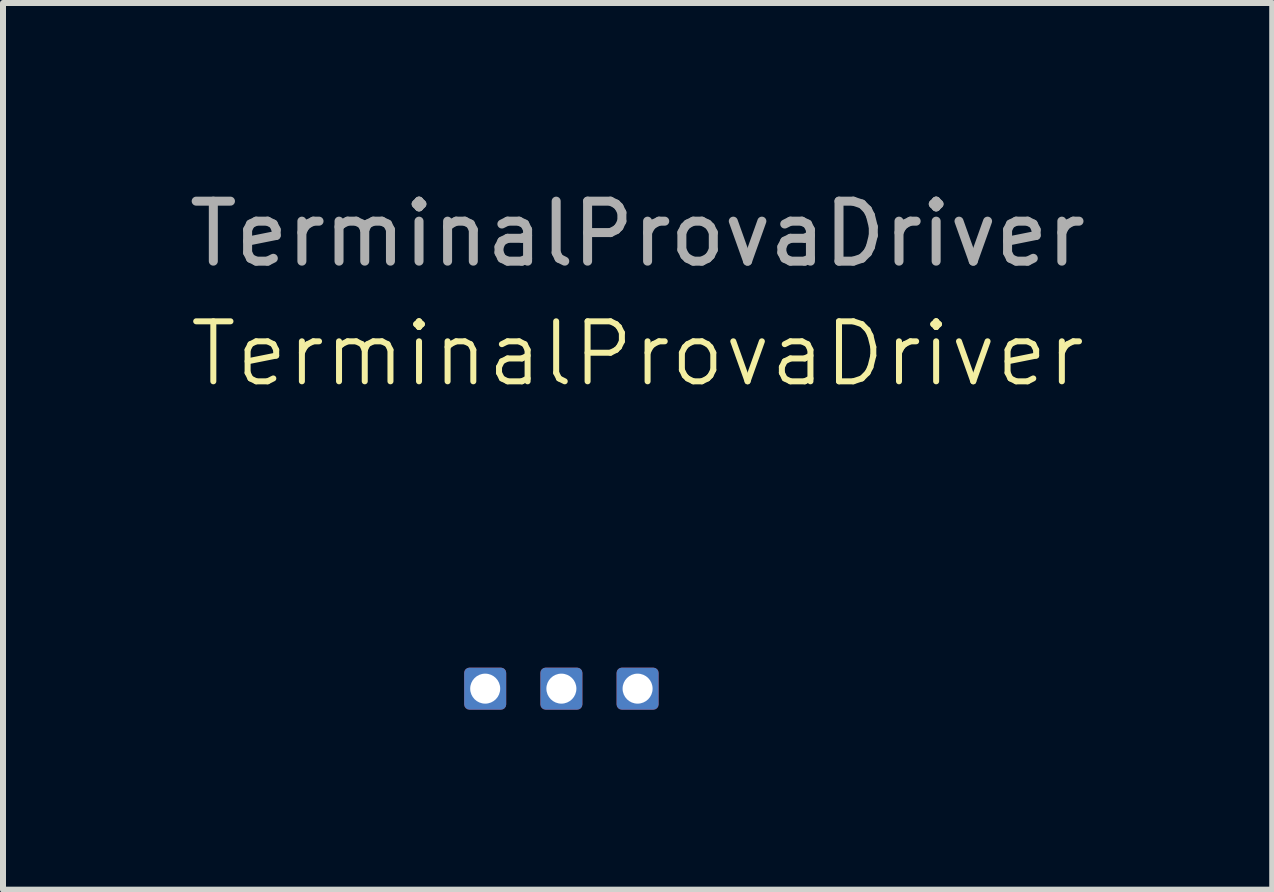
<source format=kicad_pcb>
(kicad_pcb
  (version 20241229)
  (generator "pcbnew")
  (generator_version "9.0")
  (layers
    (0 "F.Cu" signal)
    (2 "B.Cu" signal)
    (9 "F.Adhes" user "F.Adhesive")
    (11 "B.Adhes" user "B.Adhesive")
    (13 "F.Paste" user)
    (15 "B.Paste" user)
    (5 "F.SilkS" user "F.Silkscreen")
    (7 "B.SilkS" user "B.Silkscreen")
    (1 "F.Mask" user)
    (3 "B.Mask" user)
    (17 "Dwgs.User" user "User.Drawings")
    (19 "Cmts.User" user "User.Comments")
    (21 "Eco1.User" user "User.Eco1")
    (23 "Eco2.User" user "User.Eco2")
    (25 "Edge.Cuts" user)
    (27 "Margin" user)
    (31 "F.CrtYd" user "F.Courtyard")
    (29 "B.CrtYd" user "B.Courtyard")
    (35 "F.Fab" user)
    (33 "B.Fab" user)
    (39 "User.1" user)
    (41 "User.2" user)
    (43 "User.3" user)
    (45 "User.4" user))
  (footprint "TerminalProvaDriver"
    (layer "F.Cu")
    (at 7.577 3.348)
    (property "Reference" "TerminalProvaDriver" (at 0 -0.5 0) (unlocked yes) (layer "F.SilkS") (effects (font (size 1 1) (thickness 0.1))))
    (attr through_hole)
    (fp_text user "${REFERENCE}" (at 0 -2.5 0) (unlocked yes) (layer "F.Fab") (effects (font (size 1 1) (thickness 0.15))))
    (pad "1" thru_hole roundrect (at -2.54 5.08) (size 0.7 0.7) (drill 0.5) (property pad_prop_heatsink) (layers "*.Cu" "*.Mask") (roundrect_rratio 0.125))
    (pad "1" thru_hole roundrect (at -1.27 5.08) (size 0.7 0.7) (drill 0.5) (property pad_prop_heatsink) (layers "*.Cu" "*.Mask") (roundrect_rratio 0.125))
    (pad "1" thru_hole roundrect (at 0 5.08) (size 0.7 0.7) (drill 0.5) (property pad_prop_heatsink) (layers "*.Cu" "*.Mask") (roundrect_rratio 0.125)))
  (gr_rect
    (start -3 -3)
    (end 18.155 11.778)
    (stroke (width 0.1) (type default))
    (fill no)
    (layer "Edge.Cuts")))
</source>
